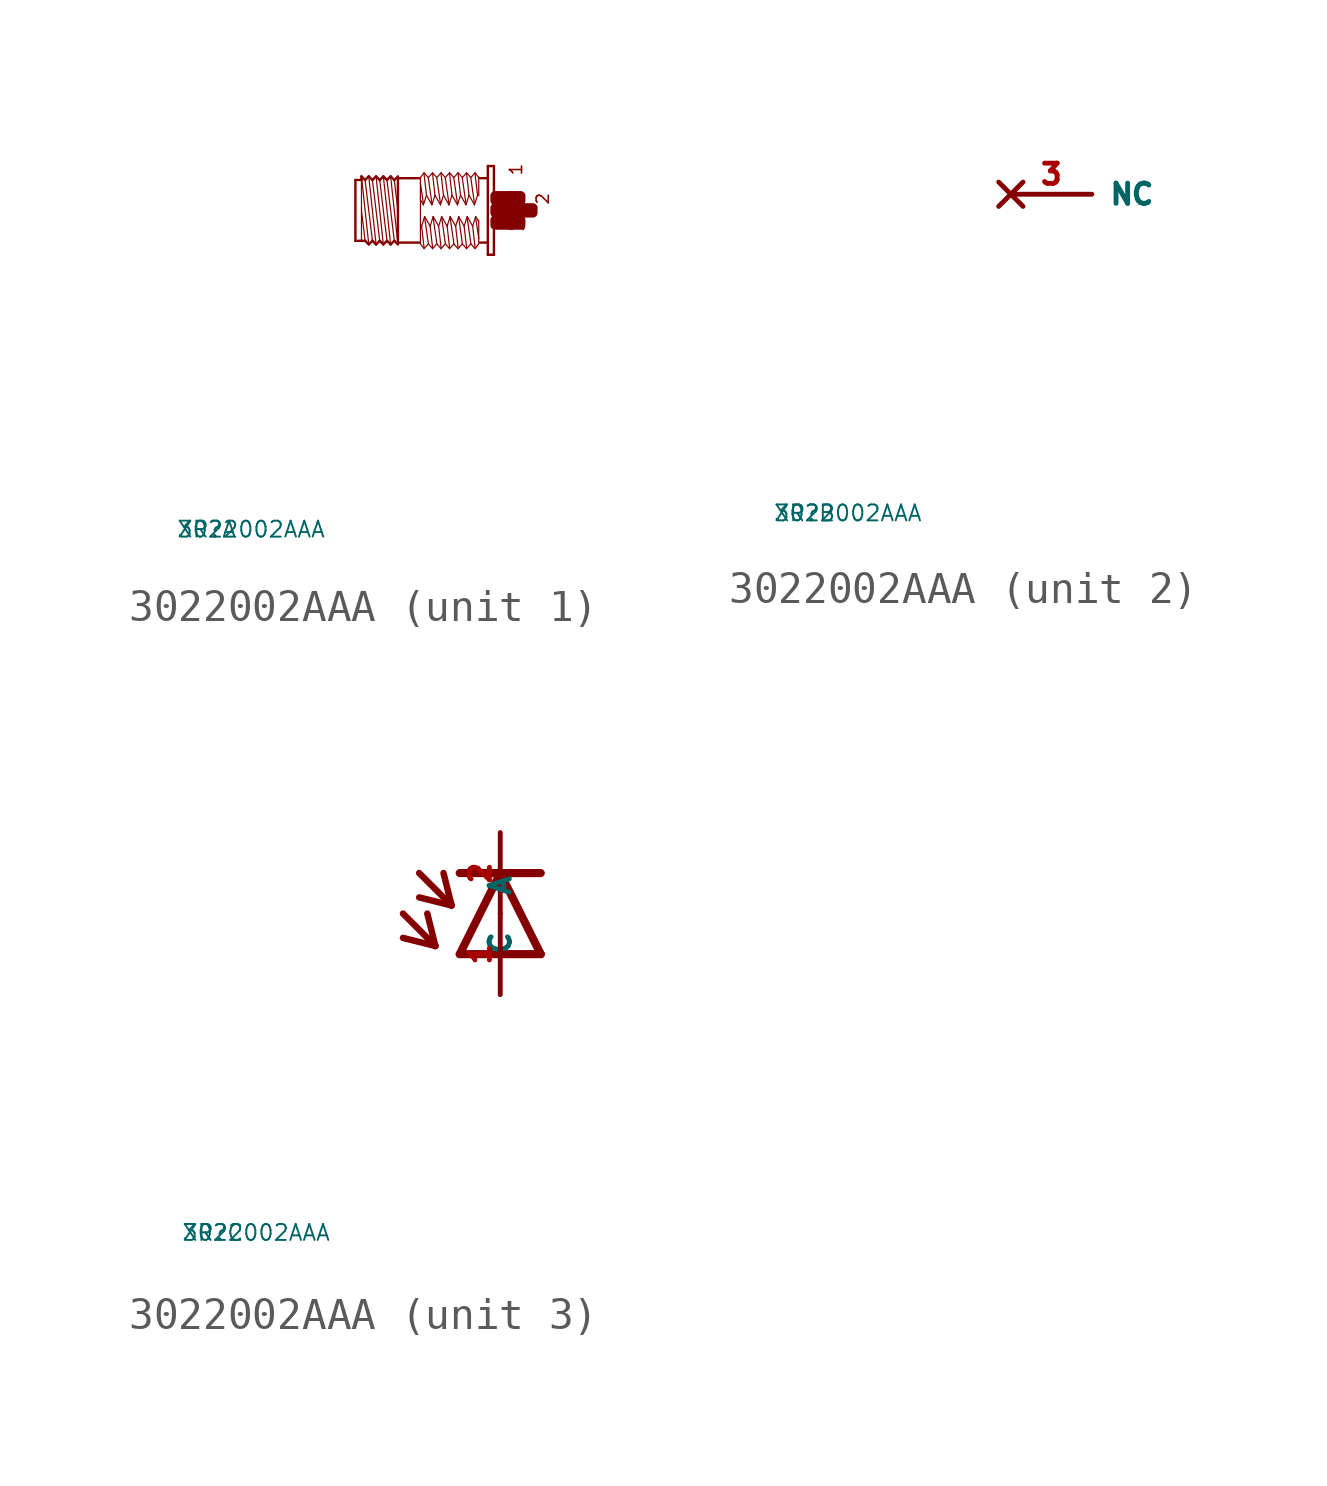
<source format=kicad_sym>
(kicad_symbol_lib
  (version 20220914)
  (generator Eagle2Kicad)
  (symbol "3022002AAA"
    (property "Reference" "XR"
      (at -10 -10 0)
      (effects (font (size 0.5 0.5) (thickness 0.06)) (justify left)))
    (property "Value" "3022002AAA"
      (at -10 -10 0)
      (effects (font (size 0.5 0.5) (thickness 0.06)) (justify left)))
    (symbol "3022002AAA_1_0"
      (polyline (pts (xy -3.048 -1.067) (xy -3.277 1.067)) (stroke (width 0.038) (type default)) (fill (type none)))
      (polyline (pts (xy -3.162 0.953) (xy -3.048 0)) (stroke (width 0.038) (type default)) (fill (type none)))
      (polyline (pts (xy -3.162 -0.953) (xy -3.391 0.953)) (stroke (width 0.038) (type default)) (fill (type none)))
      (polyline (pts (xy -3.277 -1.067) (xy -3.505 1.067)) (stroke (width 0.038) (type default)) (fill (type none)))
      (polyline (pts (xy -3.391 -0.953) (xy -3.619 0.953)) (stroke (width 0.038) (type default)) (fill (type none)))
      (polyline (pts (xy -3.505 -1.067) (xy -3.734 1.067)) (stroke (width 0.038) (type default)) (fill (type none)))
      (polyline (pts (xy -3.619 -0.953) (xy -3.848 0.953)) (stroke (width 0.038) (type default)) (fill (type none)))
      (polyline (pts (xy -3.734 -1.067) (xy -3.962 1.067)) (stroke (width 0.038) (type default)) (fill (type none)))
      (polyline (pts (xy -3.848 -0.953) (xy -4.077 0.953)) (stroke (width 0.038) (type default)) (fill (type none)))
      (polyline (pts (xy -3.962 -1.067) (xy -4.191 1.067)) (stroke (width 0.038) (type default)) (fill (type none)))
      (polyline (pts (xy -4.191 0) (xy -4.077 -0.953)) (stroke (width 0.038) (type default)) (fill (type none)))
      (polyline (pts (xy -4.191 1.029) (xy -4.191 0.953)) (stroke (width 0.038) (type default)) (fill (type none)))
      (polyline (pts (xy -4.191 0.953) (xy -4.191 -0.953)) (stroke (width 0.038) (type default)) (fill (type none)))
      (polyline (pts (xy -4.381 -0.953) (xy -4.381 0.953)) (stroke (width 0.076) (type default)) (fill (type none)))
      (polyline (pts (xy -4.381 0.953) (xy -4.191 0.953)) (stroke (width 0.076) (type default)) (fill (type none)))
      (polyline (pts (xy -4.191 0.953) (xy -4.191 1.067)) (stroke (width 0.076) (type default)) (fill (type none)))
      (polyline (pts (xy -4.191 1.067) (xy -4.077 0.953)) (stroke (width 0.076) (type default)) (fill (type none)))
      (polyline (pts (xy -4.077 0.953) (xy -3.962 1.067)) (stroke (width 0.076) (type default)) (fill (type none)))
      (polyline (pts (xy -3.962 1.067) (xy -3.848 0.953)) (stroke (width 0.076) (type default)) (fill (type none)))
      (polyline (pts (xy -3.848 0.953) (xy -3.734 1.067)) (stroke (width 0.076) (type default)) (fill (type none)))
      (polyline (pts (xy -3.734 1.067) (xy -3.619 0.953)) (stroke (width 0.076) (type default)) (fill (type none)))
      (polyline (pts (xy -3.619 0.953) (xy -3.505 1.067)) (stroke (width 0.076) (type default)) (fill (type none)))
      (polyline (pts (xy -3.277 1.067) (xy -3.162 0.953)) (stroke (width 0.076) (type default)) (fill (type none)))
      (polyline (pts (xy -3.162 0.953) (xy -3.048 1.067)) (stroke (width 0.076) (type default)) (fill (type none)))
      (polyline (pts (xy -3.048 -1.067) (xy -3.162 -0.953)) (stroke (width 0.076) (type default)) (fill (type none)))
      (polyline (pts (xy -3.162 -0.953) (xy -3.277 -1.067)) (stroke (width 0.076) (type default)) (fill (type none)))
      (polyline (pts (xy -3.277 -1.067) (xy -3.391 -0.953)) (stroke (width 0.076) (type default)) (fill (type none)))
      (polyline (pts (xy -3.391 -0.953) (xy -3.505 -1.067)) (stroke (width 0.076) (type default)) (fill (type none)))
      (polyline (pts (xy -3.505 -1.067) (xy -3.619 -0.953)) (stroke (width 0.076) (type default)) (fill (type none)))
      (polyline (pts (xy -3.619 -0.953) (xy -3.734 -1.067)) (stroke (width 0.076) (type default)) (fill (type none)))
      (polyline (pts (xy -3.734 -1.067) (xy -3.848 -0.953)) (stroke (width 0.076) (type default)) (fill (type none)))
      (polyline (pts (xy -3.848 -0.953) (xy -3.962 -1.067)) (stroke (width 0.076) (type default)) (fill (type none)))
      (polyline (pts (xy -3.962 -1.067) (xy -4.077 -0.953)) (stroke (width 0.076) (type default)) (fill (type none)))
      (polyline (pts (xy -4.077 -0.953) (xy -4.191 -0.953)) (stroke (width 0.076) (type default)) (fill (type none)))
      (polyline (pts (xy -4.191 -0.953) (xy -4.381 -0.953)) (stroke (width 0.076) (type default)) (fill (type none)))
      (polyline (pts (xy -3.048 1.029) (xy -3.048 1.01)) (stroke (width 0.076) (type default)) (fill (type none)))
      (polyline (pts (xy -3.048 1.01) (xy -3.048 -1.01)) (stroke (width 0.076) (type default)) (fill (type none)))
      (polyline (pts (xy -3.048 -1.01) (xy -3.048 -1.029)) (stroke (width 0.076) (type default)) (fill (type none)))
      (polyline (pts (xy -0.038 1.391) (xy -0.038 -1.391)) (stroke (width 0.076) (type default)) (fill (type none)))
      (polyline (pts (xy -0.038 -1.391) (xy -0.229 -1.391)) (stroke (width 0.076) (type default)) (fill (type none)))
      (polyline (pts (xy -0.229 -1.391) (xy -0.229 1.391)) (stroke (width 0.076) (type default)) (fill (type none)))
      (polyline (pts (xy -0.229 1.391) (xy -0.038 1.391)) (stroke (width 0.076) (type default)) (fill (type none)))
      (polyline (pts (xy -0.267 1.01) (xy -0.476 1.01)) (stroke (width 0.076) (type default)) (fill (type none)))
      (polyline (pts (xy -0.267 -1.01) (xy -0.476 -1.01)) (stroke (width 0.076) (type default)) (fill (type none)))
      (polyline (pts (xy -2.381 -1.01) (xy -3.048 -1.01)) (stroke (width 0.076) (type default)) (fill (type none)))
      (polyline (pts (xy -3.048 1.01) (xy -2.381 1.01)) (stroke (width 0.076) (type default)) (fill (type none)))
      (polyline (pts (xy -0.514 -1.048) (xy -0.629 -1.2)) (stroke (width 0.038) (type default)) (fill (type none)))
      (polyline (pts (xy -0.629 -1.2) (xy -0.762 -1.048)) (stroke (width 0.038) (type default)) (fill (type none)))
      (polyline (pts (xy -0.762 -1.048) (xy -0.895 -1.2)) (stroke (width 0.038) (type default)) (fill (type none)))
      (polyline (pts (xy -0.895 -1.2) (xy -1.029 -1.048)) (stroke (width 0.038) (type default)) (fill (type none)))
      (polyline (pts (xy -1.029 -1.048) (xy -1.162 -1.2)) (stroke (width 0.038) (type default)) (fill (type none)))
      (polyline (pts (xy -1.162 -1.2) (xy -1.295 -1.048)) (stroke (width 0.038) (type default)) (fill (type none)))
      (polyline (pts (xy -1.295 -1.048) (xy -1.429 -1.2)) (stroke (width 0.038) (type default)) (fill (type none)))
      (polyline (pts (xy -1.429 -1.2) (xy -1.562 -1.048)) (stroke (width 0.038) (type default)) (fill (type none)))
      (polyline (pts (xy -1.562 -1.048) (xy -1.696 -1.2)) (stroke (width 0.038) (type default)) (fill (type none)))
      (polyline (pts (xy -1.696 -1.2) (xy -1.829 -1.048)) (stroke (width 0.038) (type default)) (fill (type none)))
      (polyline (pts (xy -1.829 -1.048) (xy -1.962 -1.2)) (stroke (width 0.038) (type default)) (fill (type none)))
      (polyline (pts (xy -1.962 -1.2) (xy -2.095 -1.048)) (stroke (width 0.038) (type default)) (fill (type none)))
      (polyline (pts (xy -2.095 -1.048) (xy -2.229 -1.2)) (stroke (width 0.038) (type default)) (fill (type none)))
      (polyline (pts (xy -2.229 -1.2) (xy -2.343 -1.048)) (stroke (width 0.038) (type default)) (fill (type none)))
      (polyline (pts (xy -2.343 -1.048) (xy -2.343 -0.419)) (stroke (width 0.038) (type default)) (fill (type none)))
      (polyline (pts (xy -2.343 -0.419) (xy -2.343 0.857)) (stroke (width 0.038) (type default)) (fill (type none)))
      (polyline (pts (xy -2.343 0.857) (xy -2.343 1.029)) (stroke (width 0.038) (type default)) (fill (type none)))
      (polyline (pts (xy -0.514 1.048) (xy -0.514 1.029)) (stroke (width 0.038) (type default)) (fill (type none)))
      (polyline (pts (xy -0.514 1.029) (xy -0.514 0.457)) (stroke (width 0.038) (type default)) (fill (type none)))
      (polyline (pts (xy -0.514 -0.305) (xy -0.514 -0.876)) (stroke (width 0.038) (type default)) (fill (type none)))
      (polyline (pts (xy -0.514 -0.876) (xy -0.514 -1.029)) (stroke (width 0.038) (type default)) (fill (type none)))
      (polyline (pts (xy -0.533 -0.324) (xy -0.61 -0.191)) (stroke (width 0.038) (type default)) (fill (type none)))
      (polyline (pts (xy -0.61 -0.191) (xy -0.705 -0.495)) (stroke (width 0.038) (type default)) (fill (type none)))
      (polyline (pts (xy -0.705 -0.495) (xy -0.876 -0.191)) (stroke (width 0.038) (type default)) (fill (type none)))
      (polyline (pts (xy -0.876 -0.191) (xy -0.972 -0.495)) (stroke (width 0.038) (type default)) (fill (type none)))
      (polyline (pts (xy -0.972 -0.495) (xy -1.143 -0.191)) (stroke (width 0.038) (type default)) (fill (type none)))
      (polyline (pts (xy -1.143 -0.191) (xy -1.238 -0.495)) (stroke (width 0.038) (type default)) (fill (type none)))
      (polyline (pts (xy -1.238 -0.495) (xy -1.41 -0.191)) (stroke (width 0.038) (type default)) (fill (type none)))
      (polyline (pts (xy -1.41 -0.191) (xy -1.505 -0.495)) (stroke (width 0.038) (type default)) (fill (type none)))
      (polyline (pts (xy -1.505 -0.495) (xy -1.676 -0.191)) (stroke (width 0.038) (type default)) (fill (type none)))
      (polyline (pts (xy -1.676 -0.191) (xy -1.772 -0.495)) (stroke (width 0.038) (type default)) (fill (type none)))
      (polyline (pts (xy -1.772 -0.495) (xy -1.943 -0.191)) (stroke (width 0.038) (type default)) (fill (type none)))
      (polyline (pts (xy -1.943 -0.191) (xy -2.038 -0.495)) (stroke (width 0.038) (type default)) (fill (type none)))
      (polyline (pts (xy -2.038 -0.495) (xy -2.21 -0.191)) (stroke (width 0.038) (type default)) (fill (type none)))
      (polyline (pts (xy -2.21 -0.191) (xy -2.305 -0.495)) (stroke (width 0.038) (type default)) (fill (type none)))
      (polyline (pts (xy -2.305 -0.495) (xy -2.343 -0.419)) (stroke (width 0.038) (type default)) (fill (type none)))
      (polyline (pts (xy -2.229 -1.162) (xy -2.305 -0.495)) (stroke (width 0.038) (type default)) (fill (type none)))
      (polyline (pts (xy -2.095 -1.029) (xy -2.21 -0.229)) (stroke (width 0.038) (type default)) (fill (type none)))
      (polyline (pts (xy -1.962 -1.162) (xy -2.038 -0.495)) (stroke (width 0.038) (type default)) (fill (type none)))
      (polyline (pts (xy -1.829 -1.029) (xy -1.943 -0.229)) (stroke (width 0.038) (type default)) (fill (type none)))
      (polyline (pts (xy -1.562 -1.029) (xy -1.676 -0.229)) (stroke (width 0.038) (type default)) (fill (type none)))
      (polyline (pts (xy -1.429 -1.162) (xy -1.505 -0.495)) (stroke (width 0.038) (type default)) (fill (type none)))
      (polyline (pts (xy -1.295 -1.029) (xy -1.41 -0.229)) (stroke (width 0.038) (type default)) (fill (type none)))
      (polyline (pts (xy -1.162 -1.162) (xy -1.238 -0.495)) (stroke (width 0.038) (type default)) (fill (type none)))
      (polyline (pts (xy -1.029 -1.029) (xy -1.143 -0.229)) (stroke (width 0.038) (type default)) (fill (type none)))
      (polyline (pts (xy -0.895 -1.162) (xy -0.972 -0.495)) (stroke (width 0.038) (type default)) (fill (type none)))
      (polyline (pts (xy -0.762 -1.029) (xy -0.876 -0.229)) (stroke (width 0.038) (type default)) (fill (type none)))
      (polyline (pts (xy -0.629 -1.162) (xy -0.705 -0.495)) (stroke (width 0.038) (type default)) (fill (type none)))
      (polyline (pts (xy -0.514 -0.876) (xy -0.61 -0.229)) (stroke (width 0.038) (type default)) (fill (type none)))
      (polyline (pts (xy -2.343 1.029) (xy -2.229 1.181)) (stroke (width 0.038) (type default)) (fill (type none)))
      (polyline (pts (xy -2.229 1.181) (xy -2.095 1.029)) (stroke (width 0.038) (type default)) (fill (type none)))
      (polyline (pts (xy -2.095 1.029) (xy -1.962 1.181)) (stroke (width 0.038) (type default)) (fill (type none)))
      (polyline (pts (xy -1.962 1.181) (xy -1.829 1.029)) (stroke (width 0.038) (type default)) (fill (type none)))
      (polyline (pts (xy -1.829 1.029) (xy -1.696 1.181)) (stroke (width 0.038) (type default)) (fill (type none)))
      (polyline (pts (xy -1.696 1.181) (xy -1.562 1.029)) (stroke (width 0.038) (type default)) (fill (type none)))
      (polyline (pts (xy -1.562 1.029) (xy -1.429 1.181)) (stroke (width 0.038) (type default)) (fill (type none)))
      (polyline (pts (xy -1.429 1.181) (xy -1.295 1.029)) (stroke (width 0.038) (type default)) (fill (type none)))
      (polyline (pts (xy -1.295 1.029) (xy -1.162 1.181)) (stroke (width 0.038) (type default)) (fill (type none)))
      (polyline (pts (xy -1.162 1.181) (xy -1.029 1.029)) (stroke (width 0.038) (type default)) (fill (type none)))
      (polyline (pts (xy -1.029 1.029) (xy -0.895 1.181)) (stroke (width 0.038) (type default)) (fill (type none)))
      (polyline (pts (xy -0.895 1.181) (xy -0.762 1.029)) (stroke (width 0.038) (type default)) (fill (type none)))
      (polyline (pts (xy -0.762 1.029) (xy -0.629 1.181)) (stroke (width 0.038) (type default)) (fill (type none)))
      (polyline (pts (xy -0.629 1.181) (xy -0.514 1.029)) (stroke (width 0.038) (type default)) (fill (type none)))
      (polyline (pts (xy -2.324 0.305) (xy -2.248 0.172)) (stroke (width 0.038) (type default)) (fill (type none)))
      (polyline (pts (xy -2.248 0.172) (xy -2.153 0.476)) (stroke (width 0.038) (type default)) (fill (type none)))
      (polyline (pts (xy -2.153 0.476) (xy -1.981 0.172)) (stroke (width 0.038) (type default)) (fill (type none)))
      (polyline (pts (xy -1.981 0.172) (xy -1.886 0.476)) (stroke (width 0.038) (type default)) (fill (type none)))
      (polyline (pts (xy -1.886 0.476) (xy -1.714 0.172)) (stroke (width 0.038) (type default)) (fill (type none)))
      (polyline (pts (xy -1.714 0.172) (xy -1.619 0.476)) (stroke (width 0.038) (type default)) (fill (type none)))
      (polyline (pts (xy -1.619 0.476) (xy -1.448 0.172)) (stroke (width 0.038) (type default)) (fill (type none)))
      (polyline (pts (xy -1.448 0.172) (xy -1.353 0.476)) (stroke (width 0.038) (type default)) (fill (type none)))
      (polyline (pts (xy -1.353 0.476) (xy -1.181 0.172)) (stroke (width 0.038) (type default)) (fill (type none)))
      (polyline (pts (xy -1.181 0.172) (xy -1.086 0.476)) (stroke (width 0.038) (type default)) (fill (type none)))
      (polyline (pts (xy -1.086 0.476) (xy -0.914 0.172)) (stroke (width 0.038) (type default)) (fill (type none)))
      (polyline (pts (xy -0.914 0.172) (xy -0.819 0.476)) (stroke (width 0.038) (type default)) (fill (type none)))
      (polyline (pts (xy -0.819 0.476) (xy -0.648 0.172)) (stroke (width 0.038) (type default)) (fill (type none)))
      (polyline (pts (xy -0.648 0.172) (xy -0.552 0.476)) (stroke (width 0.038) (type default)) (fill (type none)))
      (polyline (pts (xy -0.629 1.143) (xy -0.552 0.476)) (stroke (width 0.038) (type default)) (fill (type none)))
      (polyline (pts (xy -0.762 1.01) (xy -0.648 0.21)) (stroke (width 0.038) (type default)) (fill (type none)))
      (polyline (pts (xy -0.895 1.143) (xy -0.819 0.476)) (stroke (width 0.038) (type default)) (fill (type none)))
      (polyline (pts (xy -1.029 1.01) (xy -0.914 0.21)) (stroke (width 0.038) (type default)) (fill (type none)))
      (polyline (pts (xy -1.162 1.143) (xy -1.086 0.476)) (stroke (width 0.038) (type default)) (fill (type none)))
      (polyline (pts (xy -1.295 1.01) (xy -1.181 0.21)) (stroke (width 0.038) (type default)) (fill (type none)))
      (polyline (pts (xy -1.429 1.143) (xy -1.353 0.476)) (stroke (width 0.038) (type default)) (fill (type none)))
      (polyline (pts (xy -1.562 1.01) (xy -1.448 0.21)) (stroke (width 0.038) (type default)) (fill (type none)))
      (polyline (pts (xy -1.696 1.143) (xy -1.619 0.476)) (stroke (width 0.038) (type default)) (fill (type none)))
      (polyline (pts (xy -1.829 1.01) (xy -1.714 0.21)) (stroke (width 0.038) (type default)) (fill (type none)))
      (polyline (pts (xy -1.962 1.143) (xy -1.886 0.476)) (stroke (width 0.038) (type default)) (fill (type none)))
      (polyline (pts (xy -2.095 1.01) (xy -1.981 0.21)) (stroke (width 0.038) (type default)) (fill (type none)))
      (polyline (pts (xy -2.229 1.143) (xy -2.153 0.476)) (stroke (width 0.038) (type default)) (fill (type none)))
      (polyline (pts (xy -2.343 0.857) (xy -2.248 0.21)) (stroke (width 0.038) (type default)) (fill (type none)))
      (polyline (pts (xy -1.696 -1.162) (xy -1.772 -0.495)) (stroke (width 0.038) (type default)) (fill (type none)))
      (polyline (pts (xy -3.277 1.067) (xy -3.391 0.953)) (stroke (width 0.076) (type default)) (fill (type none)))
      (polyline (pts (xy -3.391 0.953) (xy -3.505 1.067)) (stroke (width 0.076) (type default)) (fill (type none)))
      (text "1" (at 0.876 1.067 1800) (effects (font (size 0.381 0.381) (thickness 0.05)) (justify left bottom)))
      (text "3" (at 0.953 -0.686 1800) (effects (font (size 0.381 0.381) (thickness 0.05)) (justify left bottom)))
      (text "2" (at 1.714 0.152 1800) (effects (font (size 0.381 0.381) (thickness 0.05)) (justify left bottom)))
      (rectangle (start 0 -0.457) (end 0.495 -0.305) (stroke (width 0.3) (type default)) (fill (type outline)))
      (rectangle (start 0 -0.076) (end 0.876 0.076) (stroke (width 0.3) (type default)) (fill (type outline)))
      (rectangle (start 0.457 -0.457) (end 0.8 -0.305) (stroke (width 0.3) (type default)) (fill (type outline)))
      (rectangle (start 0.838 -0.076) (end 1.181 0.076) (stroke (width 0.3) (type default)) (fill (type outline)))
      (rectangle (start 0.457 0.305) (end 0.8 0.457) (stroke (width 0.3) (type default)) (fill (type outline)))
      (rectangle (start 0 0.305) (end 0.495 0.457) (stroke (width 0.3) (type default)) (fill (type outline))))
    (symbol "3022002AAA_2_0"
      (pin no_connect line (at -2.54 0 0) (length 2.54) (name "NC" (effects (font (size 0.635 0.635) (thickness 0.08)) (justify left bottom) hide)) (number "3" (effects (font (size 0.635 0.635) (thickness 0.08)) (justify left bottom) hide))))
    (symbol "3022002AAA_3_0"
      (polyline (pts (xy 1.27 -1.27) (xy 0 1.27)) (stroke (width 0.254) (type default)) (fill (type none)))
      (polyline (pts (xy 0 1.27) (xy -1.27 -1.27)) (stroke (width 0.254) (type default)) (fill (type none)))
      (polyline (pts (xy -1.27 1.27) (xy 0 1.27)) (stroke (width 0.254) (type default)) (fill (type none)))
      (polyline (pts (xy -1.27 -1.27) (xy 1.27 -1.27)) (stroke (width 0.254) (type default)) (fill (type none)))
      (polyline (pts (xy 0 1.27) (xy 1.27 1.27)) (stroke (width 0.254) (type default)) (fill (type none)))
      (polyline (pts (xy -3.048 0) (xy -2.032 -1.016)) (stroke (width 0.203) (type default)) (fill (type none)))
      (polyline (pts (xy -2.032 -1.016) (xy -2.286 0)) (stroke (width 0.203) (type default)) (fill (type none)))
      (polyline (pts (xy -2.032 -1.016) (xy -3.048 -0.762)) (stroke (width 0.203) (type default)) (fill (type none)))
      (polyline (pts (xy -2.54 1.27) (xy -1.524 0.254)) (stroke (width 0.203) (type default)) (fill (type none)))
      (polyline (pts (xy -1.524 0.254) (xy -1.778 1.27)) (stroke (width 0.203) (type default)) (fill (type none)))
      (polyline (pts (xy -1.524 0.254) (xy -2.54 0.508)) (stroke (width 0.203) (type default)) (fill (type none)))
      (pin passive line (at 0 -2.54 90) (length 2.54) (name "A" (effects (font (size 0.635 0.635) (thickness 0.08)) (justify left bottom))) (number "1" (effects (font (size 0.635 0.635) (thickness 0.08)) (justify left bottom))))
      (pin passive line (at 0 2.54 270) (length 2.54) (name "C" (effects (font (size 0.635 0.635) (thickness 0.08)) (justify left bottom))) (number "2" (effects (font (size 0.635 0.635) (thickness 0.08)) (justify left bottom)))))))
</source>
